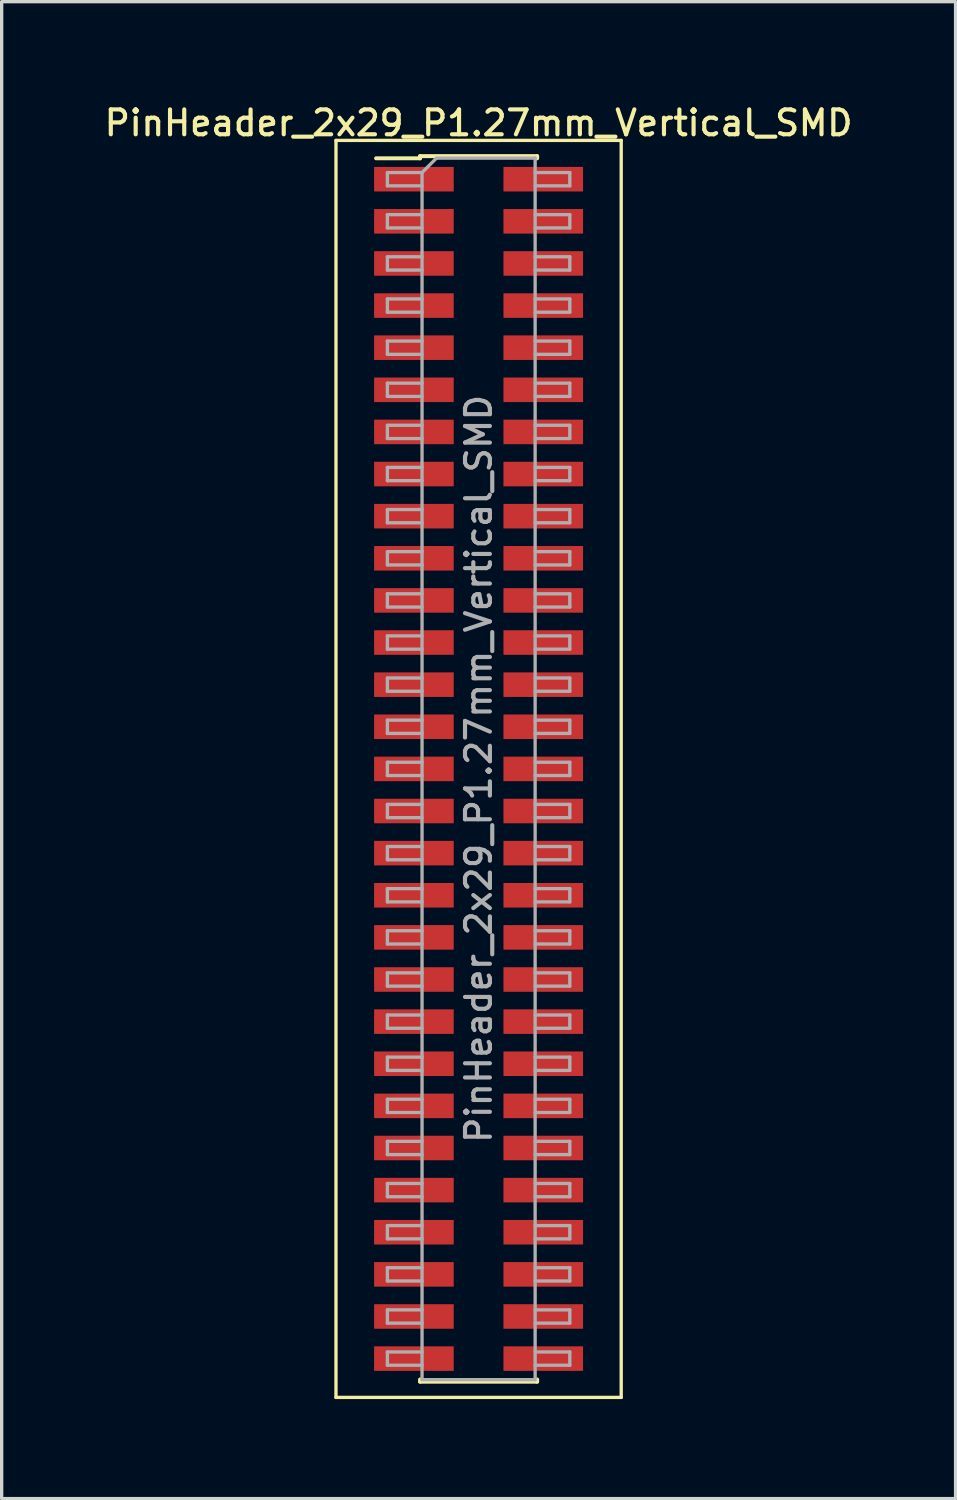
<source format=kicad_pcb>
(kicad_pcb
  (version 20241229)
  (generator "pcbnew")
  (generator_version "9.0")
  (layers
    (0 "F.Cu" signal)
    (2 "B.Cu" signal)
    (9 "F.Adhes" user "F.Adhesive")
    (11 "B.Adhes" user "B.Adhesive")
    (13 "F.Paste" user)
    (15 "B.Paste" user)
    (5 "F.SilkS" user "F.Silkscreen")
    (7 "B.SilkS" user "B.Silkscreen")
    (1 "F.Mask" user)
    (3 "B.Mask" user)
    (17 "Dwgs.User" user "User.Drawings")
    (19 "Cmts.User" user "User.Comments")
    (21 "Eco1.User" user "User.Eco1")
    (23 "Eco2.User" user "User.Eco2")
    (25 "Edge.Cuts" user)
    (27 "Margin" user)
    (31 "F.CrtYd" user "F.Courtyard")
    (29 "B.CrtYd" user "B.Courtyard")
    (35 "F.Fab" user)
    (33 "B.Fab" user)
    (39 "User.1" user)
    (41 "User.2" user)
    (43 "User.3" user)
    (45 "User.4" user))
  (footprint "PinHeader_2x29_P1.27mm_Vertical_SMD"
    (layer "F.Cu")
    (at 11.38 20.133)
    (property "Reference" "PinHeader_2x29_P1.27mm_Vertical_SMD" (at 0 -19.475 0) (layer "F.SilkS") (effects (font (size 0.75 0.75) (thickness 0.125))))
    (attr smd)
    (fp_line (start -4.3 -18.95) (end -4.3 18.95) (stroke (width 0.1) (type solid)) (layer "F.SilkS"))
    (fp_line (start -4.3 18.95) (end 4.3 18.95) (stroke (width 0.1) (type solid)) (layer "F.SilkS"))
    (fp_line (start -3.09 -18.41) (end -1.765 -18.41) (stroke (width 0.12) (type solid)) (layer "F.SilkS"))
    (fp_line (start -1.765 -18.475) (end -1.765 -18.41) (stroke (width 0.12) (type solid)) (layer "F.SilkS"))
    (fp_line (start -1.765 -18.475) (end 1.765 -18.475) (stroke (width 0.12) (type solid)) (layer "F.SilkS"))
    (fp_line (start -1.765 18.41) (end -1.765 18.475) (stroke (width 0.12) (type solid)) (layer "F.SilkS"))
    (fp_line (start -1.765 18.475) (end 1.765 18.475) (stroke (width 0.12) (type solid)) (layer "F.SilkS"))
    (fp_line (start 1.765 -18.475) (end 1.765 -18.41) (stroke (width 0.12) (type solid)) (layer "F.SilkS"))
    (fp_line (start 1.765 18.41) (end 1.765 18.475) (stroke (width 0.12) (type solid)) (layer "F.SilkS"))
    (fp_line (start 4.3 -18.95) (end -4.3 -18.95) (stroke (width 0.1) (type solid)) (layer "F.SilkS"))
    (fp_line (start 4.3 18.95) (end 4.3 -18.95) (stroke (width 0.1) (type solid)) (layer "F.SilkS"))
    (fp_line (start -2.75 -17.98) (end -2.75 -17.58) (stroke (width 0.1) (type solid)) (layer "F.Fab"))
    (fp_line (start -2.75 -17.58) (end -1.705 -17.58) (stroke (width 0.1) (type solid)) (layer "F.Fab"))
    (fp_line (start -2.75 -16.71) (end -2.75 -16.31) (stroke (width 0.1) (type solid)) (layer "F.Fab"))
    (fp_line (start -2.75 -16.31) (end -1.705 -16.31) (stroke (width 0.1) (type solid)) (layer "F.Fab"))
    (fp_line (start -2.75 -15.44) (end -2.75 -15.04) (stroke (width 0.1) (type solid)) (layer "F.Fab"))
    (fp_line (start -2.75 -15.04) (end -1.705 -15.04) (stroke (width 0.1) (type solid)) (layer "F.Fab"))
    (fp_line (start -2.75 -14.17) (end -2.75 -13.77) (stroke (width 0.1) (type solid)) (layer "F.Fab"))
    (fp_line (start -2.75 -13.77) (end -1.705 -13.77) (stroke (width 0.1) (type solid)) (layer "F.Fab"))
    (fp_line (start -2.75 -12.9) (end -2.75 -12.5) (stroke (width 0.1) (type solid)) (layer "F.Fab"))
    (fp_line (start -2.75 -12.5) (end -1.705 -12.5) (stroke (width 0.1) (type solid)) (layer "F.Fab"))
    (fp_line (start -2.75 -11.63) (end -2.75 -11.23) (stroke (width 0.1) (type solid)) (layer "F.Fab"))
    (fp_line (start -2.75 -11.23) (end -1.705 -11.23) (stroke (width 0.1) (type solid)) (layer "F.Fab"))
    (fp_line (start -2.75 -10.36) (end -2.75 -9.96) (stroke (width 0.1) (type solid)) (layer "F.Fab"))
    (fp_line (start -2.75 -9.96) (end -1.705 -9.96) (stroke (width 0.1) (type solid)) (layer "F.Fab"))
    (fp_line (start -2.75 -9.09) (end -2.75 -8.69) (stroke (width 0.1) (type solid)) (layer "F.Fab"))
    (fp_line (start -2.75 -8.69) (end -1.705 -8.69) (stroke (width 0.1) (type solid)) (layer "F.Fab"))
    (fp_line (start -2.75 -7.82) (end -2.75 -7.42) (stroke (width 0.1) (type solid)) (layer "F.Fab"))
    (fp_line (start -2.75 -7.42) (end -1.705 -7.42) (stroke (width 0.1) (type solid)) (layer "F.Fab"))
    (fp_line (start -2.75 -6.55) (end -2.75 -6.15) (stroke (width 0.1) (type solid)) (layer "F.Fab"))
    (fp_line (start -2.75 -6.15) (end -1.705 -6.15) (stroke (width 0.1) (type solid)) (layer "F.Fab"))
    (fp_line (start -2.75 -5.28) (end -2.75 -4.88) (stroke (width 0.1) (type solid)) (layer "F.Fab"))
    (fp_line (start -2.75 -4.88) (end -1.705 -4.88) (stroke (width 0.1) (type solid)) (layer "F.Fab"))
    (fp_line (start -2.75 -4.01) (end -2.75 -3.61) (stroke (width 0.1) (type solid)) (layer "F.Fab"))
    (fp_line (start -2.75 -3.61) (end -1.705 -3.61) (stroke (width 0.1) (type solid)) (layer "F.Fab"))
    (fp_line (start -2.75 -2.74) (end -2.75 -2.34) (stroke (width 0.1) (type solid)) (layer "F.Fab"))
    (fp_line (start -2.75 -2.34) (end -1.705 -2.34) (stroke (width 0.1) (type solid)) (layer "F.Fab"))
    (fp_line (start -2.75 -1.47) (end -2.75 -1.07) (stroke (width 0.1) (type solid)) (layer "F.Fab"))
    (fp_line (start -2.75 -1.07) (end -1.705 -1.07) (stroke (width 0.1) (type solid)) (layer "F.Fab"))
    (fp_line (start -2.75 -0.2) (end -2.75 0.2) (stroke (width 0.1) (type solid)) (layer "F.Fab"))
    (fp_line (start -2.75 0.2) (end -1.705 0.2) (stroke (width 0.1) (type solid)) (layer "F.Fab"))
    (fp_line (start -2.75 1.07) (end -2.75 1.47) (stroke (width 0.1) (type solid)) (layer "F.Fab"))
    (fp_line (start -2.75 1.47) (end -1.705 1.47) (stroke (width 0.1) (type solid)) (layer "F.Fab"))
    (fp_line (start -2.75 2.34) (end -2.75 2.74) (stroke (width 0.1) (type solid)) (layer "F.Fab"))
    (fp_line (start -2.75 2.74) (end -1.705 2.74) (stroke (width 0.1) (type solid)) (layer "F.Fab"))
    (fp_line (start -2.75 3.61) (end -2.75 4.01) (stroke (width 0.1) (type solid)) (layer "F.Fab"))
    (fp_line (start -2.75 4.01) (end -1.705 4.01) (stroke (width 0.1) (type solid)) (layer "F.Fab"))
    (fp_line (start -2.75 4.88) (end -2.75 5.28) (stroke (width 0.1) (type solid)) (layer "F.Fab"))
    (fp_line (start -2.75 5.28) (end -1.705 5.28) (stroke (width 0.1) (type solid)) (layer "F.Fab"))
    (fp_line (start -2.75 6.15) (end -2.75 6.55) (stroke (width 0.1) (type solid)) (layer "F.Fab"))
    (fp_line (start -2.75 6.55) (end -1.705 6.55) (stroke (width 0.1) (type solid)) (layer "F.Fab"))
    (fp_line (start -2.75 7.42) (end -2.75 7.82) (stroke (width 0.1) (type solid)) (layer "F.Fab"))
    (fp_line (start -2.75 7.82) (end -1.705 7.82) (stroke (width 0.1) (type solid)) (layer "F.Fab"))
    (fp_line (start -2.75 8.69) (end -2.75 9.09) (stroke (width 0.1) (type solid)) (layer "F.Fab"))
    (fp_line (start -2.75 9.09) (end -1.705 9.09) (stroke (width 0.1) (type solid)) (layer "F.Fab"))
    (fp_line (start -2.75 9.96) (end -2.75 10.36) (stroke (width 0.1) (type solid)) (layer "F.Fab"))
    (fp_line (start -2.75 10.36) (end -1.705 10.36) (stroke (width 0.1) (type solid)) (layer "F.Fab"))
    (fp_line (start -2.75 11.23) (end -2.75 11.63) (stroke (width 0.1) (type solid)) (layer "F.Fab"))
    (fp_line (start -2.75 11.63) (end -1.705 11.63) (stroke (width 0.1) (type solid)) (layer "F.Fab"))
    (fp_line (start -2.75 12.5) (end -2.75 12.9) (stroke (width 0.1) (type solid)) (layer "F.Fab"))
    (fp_line (start -2.75 12.9) (end -1.705 12.9) (stroke (width 0.1) (type solid)) (layer "F.Fab"))
    (fp_line (start -2.75 13.77) (end -2.75 14.17) (stroke (width 0.1) (type solid)) (layer "F.Fab"))
    (fp_line (start -2.75 14.17) (end -1.705 14.17) (stroke (width 0.1) (type solid)) (layer "F.Fab"))
    (fp_line (start -2.75 15.04) (end -2.75 15.44) (stroke (width 0.1) (type solid)) (layer "F.Fab"))
    (fp_line (start -2.75 15.44) (end -1.705 15.44) (stroke (width 0.1) (type solid)) (layer "F.Fab"))
    (fp_line (start -2.75 16.31) (end -2.75 16.71) (stroke (width 0.1) (type solid)) (layer "F.Fab"))
    (fp_line (start -2.75 16.71) (end -1.705 16.71) (stroke (width 0.1) (type solid)) (layer "F.Fab"))
    (fp_line (start -2.75 17.58) (end -2.75 17.98) (stroke (width 0.1) (type solid)) (layer "F.Fab"))
    (fp_line (start -2.75 17.98) (end -1.705 17.98) (stroke (width 0.1) (type solid)) (layer "F.Fab"))
    (fp_line (start -1.705 -17.98) (end -2.75 -17.98) (stroke (width 0.1) (type solid)) (layer "F.Fab"))
    (fp_line (start -1.705 -17.98) (end -1.27 -18.415) (stroke (width 0.1) (type solid)) (layer "F.Fab"))
    (fp_line (start -1.705 -16.71) (end -2.75 -16.71) (stroke (width 0.1) (type solid)) (layer "F.Fab"))
    (fp_line (start -1.705 -15.44) (end -2.75 -15.44) (stroke (width 0.1) (type solid)) (layer "F.Fab"))
    (fp_line (start -1.705 -14.17) (end -2.75 -14.17) (stroke (width 0.1) (type solid)) (layer "F.Fab"))
    (fp_line (start -1.705 -12.9) (end -2.75 -12.9) (stroke (width 0.1) (type solid)) (layer "F.Fab"))
    (fp_line (start -1.705 -11.63) (end -2.75 -11.63) (stroke (width 0.1) (type solid)) (layer "F.Fab"))
    (fp_line (start -1.705 -10.36) (end -2.75 -10.36) (stroke (width 0.1) (type solid)) (layer "F.Fab"))
    (fp_line (start -1.705 -9.09) (end -2.75 -9.09) (stroke (width 0.1) (type solid)) (layer "F.Fab"))
    (fp_line (start -1.705 -7.82) (end -2.75 -7.82) (stroke (width 0.1) (type solid)) (layer "F.Fab"))
    (fp_line (start -1.705 -6.55) (end -2.75 -6.55) (stroke (width 0.1) (type solid)) (layer "F.Fab"))
    (fp_line (start -1.705 -5.28) (end -2.75 -5.28) (stroke (width 0.1) (type solid)) (layer "F.Fab"))
    (fp_line (start -1.705 -4.01) (end -2.75 -4.01) (stroke (width 0.1) (type solid)) (layer "F.Fab"))
    (fp_line (start -1.705 -2.74) (end -2.75 -2.74) (stroke (width 0.1) (type solid)) (layer "F.Fab"))
    (fp_line (start -1.705 -1.47) (end -2.75 -1.47) (stroke (width 0.1) (type solid)) (layer "F.Fab"))
    (fp_line (start -1.705 -0.2) (end -2.75 -0.2) (stroke (width 0.1) (type solid)) (layer "F.Fab"))
    (fp_line (start -1.705 1.07) (end -2.75 1.07) (stroke (width 0.1) (type solid)) (layer "F.Fab"))
    (fp_line (start -1.705 2.34) (end -2.75 2.34) (stroke (width 0.1) (type solid)) (layer "F.Fab"))
    (fp_line (start -1.705 3.61) (end -2.75 3.61) (stroke (width 0.1) (type solid)) (layer "F.Fab"))
    (fp_line (start -1.705 4.88) (end -2.75 4.88) (stroke (width 0.1) (type solid)) (layer "F.Fab"))
    (fp_line (start -1.705 6.15) (end -2.75 6.15) (stroke (width 0.1) (type solid)) (layer "F.Fab"))
    (fp_line (start -1.705 7.42) (end -2.75 7.42) (stroke (width 0.1) (type solid)) (layer "F.Fab"))
    (fp_line (start -1.705 8.69) (end -2.75 8.69) (stroke (width 0.1) (type solid)) (layer "F.Fab"))
    (fp_line (start -1.705 9.96) (end -2.75 9.96) (stroke (width 0.1) (type solid)) (layer "F.Fab"))
    (fp_line (start -1.705 11.23) (end -2.75 11.23) (stroke (width 0.1) (type solid)) (layer "F.Fab"))
    (fp_line (start -1.705 12.5) (end -2.75 12.5) (stroke (width 0.1) (type solid)) (layer "F.Fab"))
    (fp_line (start -1.705 13.77) (end -2.75 13.77) (stroke (width 0.1) (type solid)) (layer "F.Fab"))
    (fp_line (start -1.705 15.04) (end -2.75 15.04) (stroke (width 0.1) (type solid)) (layer "F.Fab"))
    (fp_line (start -1.705 16.31) (end -2.75 16.31) (stroke (width 0.1) (type solid)) (layer "F.Fab"))
    (fp_line (start -1.705 17.58) (end -2.75 17.58) (stroke (width 0.1) (type solid)) (layer "F.Fab"))
    (fp_line (start -1.705 18.415) (end -1.705 -17.98) (stroke (width 0.1) (type solid)) (layer "F.Fab"))
    (fp_line (start -1.27 -18.415) (end 1.705 -18.415) (stroke (width 0.1) (type solid)) (layer "F.Fab"))
    (fp_line (start 1.705 -18.415) (end 1.705 18.415) (stroke (width 0.1) (type solid)) (layer "F.Fab"))
    (fp_line (start 1.705 -17.98) (end 2.75 -17.98) (stroke (width 0.1) (type solid)) (layer "F.Fab"))
    (fp_line (start 1.705 -16.71) (end 2.75 -16.71) (stroke (width 0.1) (type solid)) (layer "F.Fab"))
    (fp_line (start 1.705 -15.44) (end 2.75 -15.44) (stroke (width 0.1) (type solid)) (layer "F.Fab"))
    (fp_line (start 1.705 -14.17) (end 2.75 -14.17) (stroke (width 0.1) (type solid)) (layer "F.Fab"))
    (fp_line (start 1.705 -12.9) (end 2.75 -12.9) (stroke (width 0.1) (type solid)) (layer "F.Fab"))
    (fp_line (start 1.705 -11.63) (end 2.75 -11.63) (stroke (width 0.1) (type solid)) (layer "F.Fab"))
    (fp_line (start 1.705 -10.36) (end 2.75 -10.36) (stroke (width 0.1) (type solid)) (layer "F.Fab"))
    (fp_line (start 1.705 -9.09) (end 2.75 -9.09) (stroke (width 0.1) (type solid)) (layer "F.Fab"))
    (fp_line (start 1.705 -7.82) (end 2.75 -7.82) (stroke (width 0.1) (type solid)) (layer "F.Fab"))
    (fp_line (start 1.705 -6.55) (end 2.75 -6.55) (stroke (width 0.1) (type solid)) (layer "F.Fab"))
    (fp_line (start 1.705 -5.28) (end 2.75 -5.28) (stroke (width 0.1) (type solid)) (layer "F.Fab"))
    (fp_line (start 1.705 -4.01) (end 2.75 -4.01) (stroke (width 0.1) (type solid)) (layer "F.Fab"))
    (fp_line (start 1.705 -2.74) (end 2.75 -2.74) (stroke (width 0.1) (type solid)) (layer "F.Fab"))
    (fp_line (start 1.705 -1.47) (end 2.75 -1.47) (stroke (width 0.1) (type solid)) (layer "F.Fab"))
    (fp_line (start 1.705 -0.2) (end 2.75 -0.2) (stroke (width 0.1) (type solid)) (layer "F.Fab"))
    (fp_line (start 1.705 1.07) (end 2.75 1.07) (stroke (width 0.1) (type solid)) (layer "F.Fab"))
    (fp_line (start 1.705 2.34) (end 2.75 2.34) (stroke (width 0.1) (type solid)) (layer "F.Fab"))
    (fp_line (start 1.705 3.61) (end 2.75 3.61) (stroke (width 0.1) (type solid)) (layer "F.Fab"))
    (fp_line (start 1.705 4.88) (end 2.75 4.88) (stroke (width 0.1) (type solid)) (layer "F.Fab"))
    (fp_line (start 1.705 6.15) (end 2.75 6.15) (stroke (width 0.1) (type solid)) (layer "F.Fab"))
    (fp_line (start 1.705 7.42) (end 2.75 7.42) (stroke (width 0.1) (type solid)) (layer "F.Fab"))
    (fp_line (start 1.705 8.69) (end 2.75 8.69) (stroke (width 0.1) (type solid)) (layer "F.Fab"))
    (fp_line (start 1.705 9.96) (end 2.75 9.96) (stroke (width 0.1) (type solid)) (layer "F.Fab"))
    (fp_line (start 1.705 11.23) (end 2.75 11.23) (stroke (width 0.1) (type solid)) (layer "F.Fab"))
    (fp_line (start 1.705 12.5) (end 2.75 12.5) (stroke (width 0.1) (type solid)) (layer "F.Fab"))
    (fp_line (start 1.705 13.77) (end 2.75 13.77) (stroke (width 0.1) (type solid)) (layer "F.Fab"))
    (fp_line (start 1.705 15.04) (end 2.75 15.04) (stroke (width 0.1) (type solid)) (layer "F.Fab"))
    (fp_line (start 1.705 16.31) (end 2.75 16.31) (stroke (width 0.1) (type solid)) (layer "F.Fab"))
    (fp_line (start 1.705 17.58) (end 2.75 17.58) (stroke (width 0.1) (type solid)) (layer "F.Fab"))
    (fp_line (start 1.705 18.415) (end -1.705 18.415) (stroke (width 0.1) (type solid)) (layer "F.Fab"))
    (fp_line (start 2.75 -17.98) (end 2.75 -17.58) (stroke (width 0.1) (type solid)) (layer "F.Fab"))
    (fp_line (start 2.75 -17.58) (end 1.705 -17.58) (stroke (width 0.1) (type solid)) (layer "F.Fab"))
    (fp_line (start 2.75 -16.71) (end 2.75 -16.31) (stroke (width 0.1) (type solid)) (layer "F.Fab"))
    (fp_line (start 2.75 -16.31) (end 1.705 -16.31) (stroke (width 0.1) (type solid)) (layer "F.Fab"))
    (fp_line (start 2.75 -15.44) (end 2.75 -15.04) (stroke (width 0.1) (type solid)) (layer "F.Fab"))
    (fp_line (start 2.75 -15.04) (end 1.705 -15.04) (stroke (width 0.1) (type solid)) (layer "F.Fab"))
    (fp_line (start 2.75 -14.17) (end 2.75 -13.77) (stroke (width 0.1) (type solid)) (layer "F.Fab"))
    (fp_line (start 2.75 -13.77) (end 1.705 -13.77) (stroke (width 0.1) (type solid)) (layer "F.Fab"))
    (fp_line (start 2.75 -12.9) (end 2.75 -12.5) (stroke (width 0.1) (type solid)) (layer "F.Fab"))
    (fp_line (start 2.75 -12.5) (end 1.705 -12.5) (stroke (width 0.1) (type solid)) (layer "F.Fab"))
    (fp_line (start 2.75 -11.63) (end 2.75 -11.23) (stroke (width 0.1) (type solid)) (layer "F.Fab"))
    (fp_line (start 2.75 -11.23) (end 1.705 -11.23) (stroke (width 0.1) (type solid)) (layer "F.Fab"))
    (fp_line (start 2.75 -10.36) (end 2.75 -9.96) (stroke (width 0.1) (type solid)) (layer "F.Fab"))
    (fp_line (start 2.75 -9.96) (end 1.705 -9.96) (stroke (width 0.1) (type solid)) (layer "F.Fab"))
    (fp_line (start 2.75 -9.09) (end 2.75 -8.69) (stroke (width 0.1) (type solid)) (layer "F.Fab"))
    (fp_line (start 2.75 -8.69) (end 1.705 -8.69) (stroke (width 0.1) (type solid)) (layer "F.Fab"))
    (fp_line (start 2.75 -7.82) (end 2.75 -7.42) (stroke (width 0.1) (type solid)) (layer "F.Fab"))
    (fp_line (start 2.75 -7.42) (end 1.705 -7.42) (stroke (width 0.1) (type solid)) (layer "F.Fab"))
    (fp_line (start 2.75 -6.55) (end 2.75 -6.15) (stroke (width 0.1) (type solid)) (layer "F.Fab"))
    (fp_line (start 2.75 -6.15) (end 1.705 -6.15) (stroke (width 0.1) (type solid)) (layer "F.Fab"))
    (fp_line (start 2.75 -5.28) (end 2.75 -4.88) (stroke (width 0.1) (type solid)) (layer "F.Fab"))
    (fp_line (start 2.75 -4.88) (end 1.705 -4.88) (stroke (width 0.1) (type solid)) (layer "F.Fab"))
    (fp_line (start 2.75 -4.01) (end 2.75 -3.61) (stroke (width 0.1) (type solid)) (layer "F.Fab"))
    (fp_line (start 2.75 -3.61) (end 1.705 -3.61) (stroke (width 0.1) (type solid)) (layer "F.Fab"))
    (fp_line (start 2.75 -2.74) (end 2.75 -2.34) (stroke (width 0.1) (type solid)) (layer "F.Fab"))
    (fp_line (start 2.75 -2.34) (end 1.705 -2.34) (stroke (width 0.1) (type solid)) (layer "F.Fab"))
    (fp_line (start 2.75 -1.47) (end 2.75 -1.07) (stroke (width 0.1) (type solid)) (layer "F.Fab"))
    (fp_line (start 2.75 -1.07) (end 1.705 -1.07) (stroke (width 0.1) (type solid)) (layer "F.Fab"))
    (fp_line (start 2.75 -0.2) (end 2.75 0.2) (stroke (width 0.1) (type solid)) (layer "F.Fab"))
    (fp_line (start 2.75 0.2) (end 1.705 0.2) (stroke (width 0.1) (type solid)) (layer "F.Fab"))
    (fp_line (start 2.75 1.07) (end 2.75 1.47) (stroke (width 0.1) (type solid)) (layer "F.Fab"))
    (fp_line (start 2.75 1.47) (end 1.705 1.47) (stroke (width 0.1) (type solid)) (layer "F.Fab"))
    (fp_line (start 2.75 2.34) (end 2.75 2.74) (stroke (width 0.1) (type solid)) (layer "F.Fab"))
    (fp_line (start 2.75 2.74) (end 1.705 2.74) (stroke (width 0.1) (type solid)) (layer "F.Fab"))
    (fp_line (start 2.75 3.61) (end 2.75 4.01) (stroke (width 0.1) (type solid)) (layer "F.Fab"))
    (fp_line (start 2.75 4.01) (end 1.705 4.01) (stroke (width 0.1) (type solid)) (layer "F.Fab"))
    (fp_line (start 2.75 4.88) (end 2.75 5.28) (stroke (width 0.1) (type solid)) (layer "F.Fab"))
    (fp_line (start 2.75 5.28) (end 1.705 5.28) (stroke (width 0.1) (type solid)) (layer "F.Fab"))
    (fp_line (start 2.75 6.15) (end 2.75 6.55) (stroke (width 0.1) (type solid)) (layer "F.Fab"))
    (fp_line (start 2.75 6.55) (end 1.705 6.55) (stroke (width 0.1) (type solid)) (layer "F.Fab"))
    (fp_line (start 2.75 7.42) (end 2.75 7.82) (stroke (width 0.1) (type solid)) (layer "F.Fab"))
    (fp_line (start 2.75 7.82) (end 1.705 7.82) (stroke (width 0.1) (type solid)) (layer "F.Fab"))
    (fp_line (start 2.75 8.69) (end 2.75 9.09) (stroke (width 0.1) (type solid)) (layer "F.Fab"))
    (fp_line (start 2.75 9.09) (end 1.705 9.09) (stroke (width 0.1) (type solid)) (layer "F.Fab"))
    (fp_line (start 2.75 9.96) (end 2.75 10.36) (stroke (width 0.1) (type solid)) (layer "F.Fab"))
    (fp_line (start 2.75 10.36) (end 1.705 10.36) (stroke (width 0.1) (type solid)) (layer "F.Fab"))
    (fp_line (start 2.75 11.23) (end 2.75 11.63) (stroke (width 0.1) (type solid)) (layer "F.Fab"))
    (fp_line (start 2.75 11.63) (end 1.705 11.63) (stroke (width 0.1) (type solid)) (layer "F.Fab"))
    (fp_line (start 2.75 12.5) (end 2.75 12.9) (stroke (width 0.1) (type solid)) (layer "F.Fab"))
    (fp_line (start 2.75 12.9) (end 1.705 12.9) (stroke (width 0.1) (type solid)) (layer "F.Fab"))
    (fp_line (start 2.75 13.77) (end 2.75 14.17) (stroke (width 0.1) (type solid)) (layer "F.Fab"))
    (fp_line (start 2.75 14.17) (end 1.705 14.17) (stroke (width 0.1) (type solid)) (layer "F.Fab"))
    (fp_line (start 2.75 15.04) (end 2.75 15.44) (stroke (width 0.1) (type solid)) (layer "F.Fab"))
    (fp_line (start 2.75 15.44) (end 1.705 15.44) (stroke (width 0.1) (type solid)) (layer "F.Fab"))
    (fp_line (start 2.75 16.31) (end 2.75 16.71) (stroke (width 0.1) (type solid)) (layer "F.Fab"))
    (fp_line (start 2.75 16.71) (end 1.705 16.71) (stroke (width 0.1) (type solid)) (layer "F.Fab"))
    (fp_line (start 2.75 17.58) (end 2.75 17.98) (stroke (width 0.1) (type solid)) (layer "F.Fab"))
    (fp_line (start 2.75 17.98) (end 1.705 17.98) (stroke (width 0.1) (type solid)) (layer "F.Fab"))
    (fp_text user "${REFERENCE}" (at 0 0 90) (layer "F.Fab") (effects (font (size 0.75 0.75) (thickness 0.125))))
    (pad "1" smd rect (at -1.95 -17.78) (size 2.4 0.74) (layers "F.Cu" "F.Mask" "F.Paste"))
    (pad "2" smd rect (at 1.95 -17.78) (size 2.4 0.74) (layers "F.Cu" "F.Mask" "F.Paste"))
    (pad "3" smd rect (at -1.95 -16.51) (size 2.4 0.74) (layers "F.Cu" "F.Mask" "F.Paste"))
    (pad "4" smd rect (at 1.95 -16.51) (size 2.4 0.74) (layers "F.Cu" "F.Mask" "F.Paste"))
    (pad "5" smd rect (at -1.95 -15.24) (size 2.4 0.74) (layers "F.Cu" "F.Mask" "F.Paste"))
    (pad "6" smd rect (at 1.95 -15.24) (size 2.4 0.74) (layers "F.Cu" "F.Mask" "F.Paste"))
    (pad "7" smd rect (at -1.95 -13.97) (size 2.4 0.74) (layers "F.Cu" "F.Mask" "F.Paste"))
    (pad "8" smd rect (at 1.95 -13.97) (size 2.4 0.74) (layers "F.Cu" "F.Mask" "F.Paste"))
    (pad "9" smd rect (at -1.95 -12.7) (size 2.4 0.74) (layers "F.Cu" "F.Mask" "F.Paste"))
    (pad "10" smd rect (at 1.95 -12.7) (size 2.4 0.74) (layers "F.Cu" "F.Mask" "F.Paste"))
    (pad "11" smd rect (at -1.95 -11.43) (size 2.4 0.74) (layers "F.Cu" "F.Mask" "F.Paste"))
    (pad "12" smd rect (at 1.95 -11.43) (size 2.4 0.74) (layers "F.Cu" "F.Mask" "F.Paste"))
    (pad "13" smd rect (at -1.95 -10.16) (size 2.4 0.74) (layers "F.Cu" "F.Mask" "F.Paste"))
    (pad "14" smd rect (at 1.95 -10.16) (size 2.4 0.74) (layers "F.Cu" "F.Mask" "F.Paste"))
    (pad "15" smd rect (at -1.95 -8.89) (size 2.4 0.74) (layers "F.Cu" "F.Mask" "F.Paste"))
    (pad "16" smd rect (at 1.95 -8.89) (size 2.4 0.74) (layers "F.Cu" "F.Mask" "F.Paste"))
    (pad "17" smd rect (at -1.95 -7.62) (size 2.4 0.74) (layers "F.Cu" "F.Mask" "F.Paste"))
    (pad "18" smd rect (at 1.95 -7.62) (size 2.4 0.74) (layers "F.Cu" "F.Mask" "F.Paste"))
    (pad "19" smd rect (at -1.95 -6.35) (size 2.4 0.74) (layers "F.Cu" "F.Mask" "F.Paste"))
    (pad "20" smd rect (at 1.95 -6.35) (size 2.4 0.74) (layers "F.Cu" "F.Mask" "F.Paste"))
    (pad "21" smd rect (at -1.95 -5.08) (size 2.4 0.74) (layers "F.Cu" "F.Mask" "F.Paste"))
    (pad "22" smd rect (at 1.95 -5.08) (size 2.4 0.74) (layers "F.Cu" "F.Mask" "F.Paste"))
    (pad "23" smd rect (at -1.95 -3.81) (size 2.4 0.74) (layers "F.Cu" "F.Mask" "F.Paste"))
    (pad "24" smd rect (at 1.95 -3.81) (size 2.4 0.74) (layers "F.Cu" "F.Mask" "F.Paste"))
    (pad "25" smd rect (at -1.95 -2.54) (size 2.4 0.74) (layers "F.Cu" "F.Mask" "F.Paste"))
    (pad "26" smd rect (at 1.95 -2.54) (size 2.4 0.74) (layers "F.Cu" "F.Mask" "F.Paste"))
    (pad "27" smd rect (at -1.95 -1.27) (size 2.4 0.74) (layers "F.Cu" "F.Mask" "F.Paste"))
    (pad "28" smd rect (at 1.95 -1.27) (size 2.4 0.74) (layers "F.Cu" "F.Mask" "F.Paste"))
    (pad "29" smd rect (at -1.95 0) (size 2.4 0.74) (layers "F.Cu" "F.Mask" "F.Paste"))
    (pad "30" smd rect (at 1.95 0) (size 2.4 0.74) (layers "F.Cu" "F.Mask" "F.Paste"))
    (pad "31" smd rect (at -1.95 1.27) (size 2.4 0.74) (layers "F.Cu" "F.Mask" "F.Paste"))
    (pad "32" smd rect (at 1.95 1.27) (size 2.4 0.74) (layers "F.Cu" "F.Mask" "F.Paste"))
    (pad "33" smd rect (at -1.95 2.54) (size 2.4 0.74) (layers "F.Cu" "F.Mask" "F.Paste"))
    (pad "34" smd rect (at 1.95 2.54) (size 2.4 0.74) (layers "F.Cu" "F.Mask" "F.Paste"))
    (pad "35" smd rect (at -1.95 3.81) (size 2.4 0.74) (layers "F.Cu" "F.Mask" "F.Paste"))
    (pad "36" smd rect (at 1.95 3.81) (size 2.4 0.74) (layers "F.Cu" "F.Mask" "F.Paste"))
    (pad "37" smd rect (at -1.95 5.08) (size 2.4 0.74) (layers "F.Cu" "F.Mask" "F.Paste"))
    (pad "38" smd rect (at 1.95 5.08) (size 2.4 0.74) (layers "F.Cu" "F.Mask" "F.Paste"))
    (pad "39" smd rect (at -1.95 6.35) (size 2.4 0.74) (layers "F.Cu" "F.Mask" "F.Paste"))
    (pad "40" smd rect (at 1.95 6.35) (size 2.4 0.74) (layers "F.Cu" "F.Mask" "F.Paste"))
    (pad "41" smd rect (at -1.95 7.62) (size 2.4 0.74) (layers "F.Cu" "F.Mask" "F.Paste"))
    (pad "42" smd rect (at 1.95 7.62) (size 2.4 0.74) (layers "F.Cu" "F.Mask" "F.Paste"))
    (pad "43" smd rect (at -1.95 8.89) (size 2.4 0.74) (layers "F.Cu" "F.Mask" "F.Paste"))
    (pad "44" smd rect (at 1.95 8.89) (size 2.4 0.74) (layers "F.Cu" "F.Mask" "F.Paste"))
    (pad "45" smd rect (at -1.95 10.16) (size 2.4 0.74) (layers "F.Cu" "F.Mask" "F.Paste"))
    (pad "46" smd rect (at 1.95 10.16) (size 2.4 0.74) (layers "F.Cu" "F.Mask" "F.Paste"))
    (pad "47" smd rect (at -1.95 11.43) (size 2.4 0.74) (layers "F.Cu" "F.Mask" "F.Paste"))
    (pad "48" smd rect (at 1.95 11.43) (size 2.4 0.74) (layers "F.Cu" "F.Mask" "F.Paste"))
    (pad "49" smd rect (at -1.95 12.7) (size 2.4 0.74) (layers "F.Cu" "F.Mask" "F.Paste"))
    (pad "50" smd rect (at 1.95 12.7) (size 2.4 0.74) (layers "F.Cu" "F.Mask" "F.Paste"))
    (pad "51" smd rect (at -1.95 13.97) (size 2.4 0.74) (layers "F.Cu" "F.Mask" "F.Paste"))
    (pad "52" smd rect (at 1.95 13.97) (size 2.4 0.74) (layers "F.Cu" "F.Mask" "F.Paste"))
    (pad "53" smd rect (at -1.95 15.24) (size 2.4 0.74) (layers "F.Cu" "F.Mask" "F.Paste"))
    (pad "54" smd rect (at 1.95 15.24) (size 2.4 0.74) (layers "F.Cu" "F.Mask" "F.Paste"))
    (pad "55" smd rect (at -1.95 16.51) (size 2.4 0.74) (layers "F.Cu" "F.Mask" "F.Paste"))
    (pad "56" smd rect (at 1.95 16.51) (size 2.4 0.74) (layers "F.Cu" "F.Mask" "F.Paste"))
    (pad "57" smd rect (at -1.95 17.78) (size 2.4 0.74) (layers "F.Cu" "F.Mask" "F.Paste"))
    (pad "58" smd rect (at 1.95 17.78) (size 2.4 0.74) (layers "F.Cu" "F.Mask" "F.Paste")))
  (gr_rect
    (start -3 -3)
    (end 25.761 42.133)
    (stroke (width 0.1) (type default))
    (fill no)
    (layer "Edge.Cuts")))
</source>
